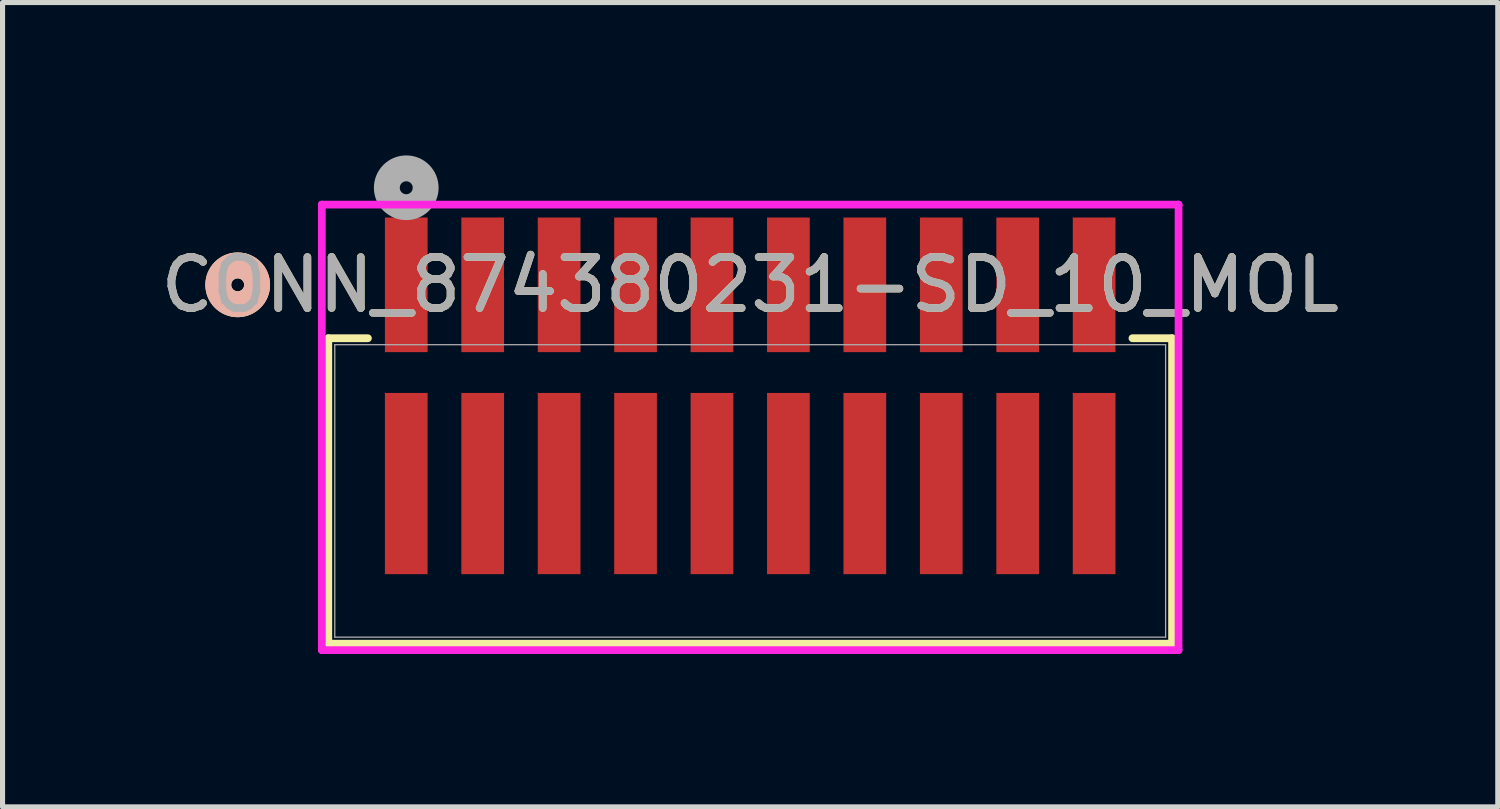
<source format=kicad_pcb>
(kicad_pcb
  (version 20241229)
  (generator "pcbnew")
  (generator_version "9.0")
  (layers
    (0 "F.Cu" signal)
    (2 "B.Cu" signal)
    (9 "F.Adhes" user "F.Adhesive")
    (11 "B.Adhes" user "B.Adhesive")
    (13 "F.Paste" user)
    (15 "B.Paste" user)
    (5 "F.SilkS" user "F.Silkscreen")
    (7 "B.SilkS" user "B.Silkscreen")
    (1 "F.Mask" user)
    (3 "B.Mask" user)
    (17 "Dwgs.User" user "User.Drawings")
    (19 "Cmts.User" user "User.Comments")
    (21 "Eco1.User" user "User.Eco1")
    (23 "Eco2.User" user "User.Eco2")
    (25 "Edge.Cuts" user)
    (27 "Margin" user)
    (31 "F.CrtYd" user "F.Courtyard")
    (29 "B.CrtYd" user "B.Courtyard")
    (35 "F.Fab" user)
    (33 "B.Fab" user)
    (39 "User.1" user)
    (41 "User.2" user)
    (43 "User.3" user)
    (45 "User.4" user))
  (footprint "CONN_874380231-SD_10_MOL"
    (layer "F.Cu")
    (at 11.673 6.585)
    (property "Reference" "CONN_874380231-SD_10_MOL" (at 0 -4.045 0) (unlocked yes) (layer "F.SilkS") (effects (font (size 1 1) (thickness 0.15))))
    (attr smd)
    (fp_line (start -8.28 -2.997) (end -8.28 2.997) (stroke (width 0.152) (type solid)) (layer "F.SilkS"))
    (fp_line (start -8.28 2.997) (end 8.28 2.997) (stroke (width 0.152) (type solid)) (layer "F.SilkS"))
    (fp_line (start -7.502 -2.997) (end -8.28 -2.997) (stroke (width 0.152) (type solid)) (layer "F.SilkS"))
    (fp_line (start 8.28 -2.997) (end 7.502 -2.997) (stroke (width 0.152) (type solid)) (layer "F.SilkS"))
    (fp_line (start 8.28 2.997) (end 8.28 -2.997) (stroke (width 0.152) (type solid)) (layer "F.SilkS"))
    (fp_circle (center -10.058 -4.045) (end -9.677 -4.045) (stroke (width 0.508) (type solid)) (fill no) (layer "F.SilkS"))
    (fp_circle (center -10.058 -4.045) (end -9.677 -4.045) (stroke (width 0.508) (type solid)) (fill no) (layer "B.SilkS"))
    (fp_line (start -8.407 -5.62) (end -8.407 3.124) (stroke (width 0.152) (type solid)) (layer "F.CrtYd"))
    (fp_line (start -8.407 3.124) (end 8.407 3.124) (stroke (width 0.152) (type solid)) (layer "F.CrtYd"))
    (fp_line (start 8.407 -5.62) (end -8.407 -5.62) (stroke (width 0.152) (type solid)) (layer "F.CrtYd"))
    (fp_line (start 8.407 3.124) (end 8.407 -5.62) (stroke (width 0.152) (type solid)) (layer "F.CrtYd"))
    (fp_line (start -8.153 -2.87) (end -8.153 2.87) (stroke (width 0.025) (type solid)) (layer "F.Fab"))
    (fp_line (start -8.153 2.87) (end 8.153 2.87) (stroke (width 0.025) (type solid)) (layer "F.Fab"))
    (fp_line (start 8.153 -2.87) (end -8.153 -2.87) (stroke (width 0.025) (type solid)) (layer "F.Fab"))
    (fp_line (start 8.153 2.87) (end 8.153 -2.87) (stroke (width 0.025) (type solid)) (layer "F.Fab"))
    (fp_circle (center -6.75 -5.95) (end -6.369 -5.95) (stroke (width 0.508) (type solid)) (fill no) (layer "F.Fab"))
    (fp_text user "${REFERENCE}" (at 0 -4.045 0) (unlocked yes) (layer "F.Fab") (effects (font (size 1 1) (thickness 0.15))))
    (pad "1_1" smd rect (at -6.75 -4.045) (size 0.838 2.642) (layers "F.Cu" "F.Mask" "F.Paste"))
    (pad "1_2" smd rect (at -6.75 -0.145) (size 0.838 3.556) (layers "F.Cu" "F.Mask" "F.Paste"))
    (pad "2_1" smd rect (at -5.25 -4.045) (size 0.838 2.642) (layers "F.Cu" "F.Mask" "F.Paste"))
    (pad "2_2" smd rect (at -5.25 -0.145) (size 0.838 3.556) (layers "F.Cu" "F.Mask" "F.Paste"))
    (pad "3_1" smd rect (at -3.75 -4.045) (size 0.838 2.642) (layers "F.Cu" "F.Mask" "F.Paste"))
    (pad "3_2" smd rect (at -3.75 -0.145) (size 0.838 3.556) (layers "F.Cu" "F.Mask" "F.Paste"))
    (pad "4_1" smd rect (at -2.25 -4.045) (size 0.838 2.642) (layers "F.Cu" "F.Mask" "F.Paste"))
    (pad "4_2" smd rect (at -2.25 -0.145) (size 0.838 3.556) (layers "F.Cu" "F.Mask" "F.Paste"))
    (pad "5_1" smd rect (at -0.75 -4.045) (size 0.838 2.642) (layers "F.Cu" "F.Mask" "F.Paste"))
    (pad "5_2" smd rect (at -0.75 -0.145) (size 0.838 3.556) (layers "F.Cu" "F.Mask" "F.Paste"))
    (pad "6_1" smd rect (at 0.75 -4.045) (size 0.838 2.642) (layers "F.Cu" "F.Mask" "F.Paste"))
    (pad "6_2" smd rect (at 0.75 -0.145) (size 0.838 3.556) (layers "F.Cu" "F.Mask" "F.Paste"))
    (pad "7_1" smd rect (at 2.25 -4.045) (size 0.838 2.642) (layers "F.Cu" "F.Mask" "F.Paste"))
    (pad "7_2" smd rect (at 2.25 -0.145) (size 0.838 3.556) (layers "F.Cu" "F.Mask" "F.Paste"))
    (pad "8_1" smd rect (at 3.75 -4.045) (size 0.838 2.642) (layers "F.Cu" "F.Mask" "F.Paste"))
    (pad "8_2" smd rect (at 3.75 -0.145) (size 0.838 3.556) (layers "F.Cu" "F.Mask" "F.Paste"))
    (pad "9_1" smd rect (at 5.25 -4.045) (size 0.838 2.642) (layers "F.Cu" "F.Mask" "F.Paste"))
    (pad "9_2" smd rect (at 5.25 -0.145) (size 0.838 3.556) (layers "F.Cu" "F.Mask" "F.Paste"))
    (pad "10_1" smd rect (at 6.75 -4.045) (size 0.838 2.642) (layers "F.Cu" "F.Mask" "F.Paste"))
    (pad "10_2" smd rect (at 6.75 -0.145) (size 0.838 3.556) (layers "F.Cu" "F.Mask" "F.Paste")))
  (gr_rect
    (start -3 -3)
    (end 26.345 12.786)
    (stroke (width 0.1) (type default))
    (fill no)
    (layer "Edge.Cuts")))
</source>
